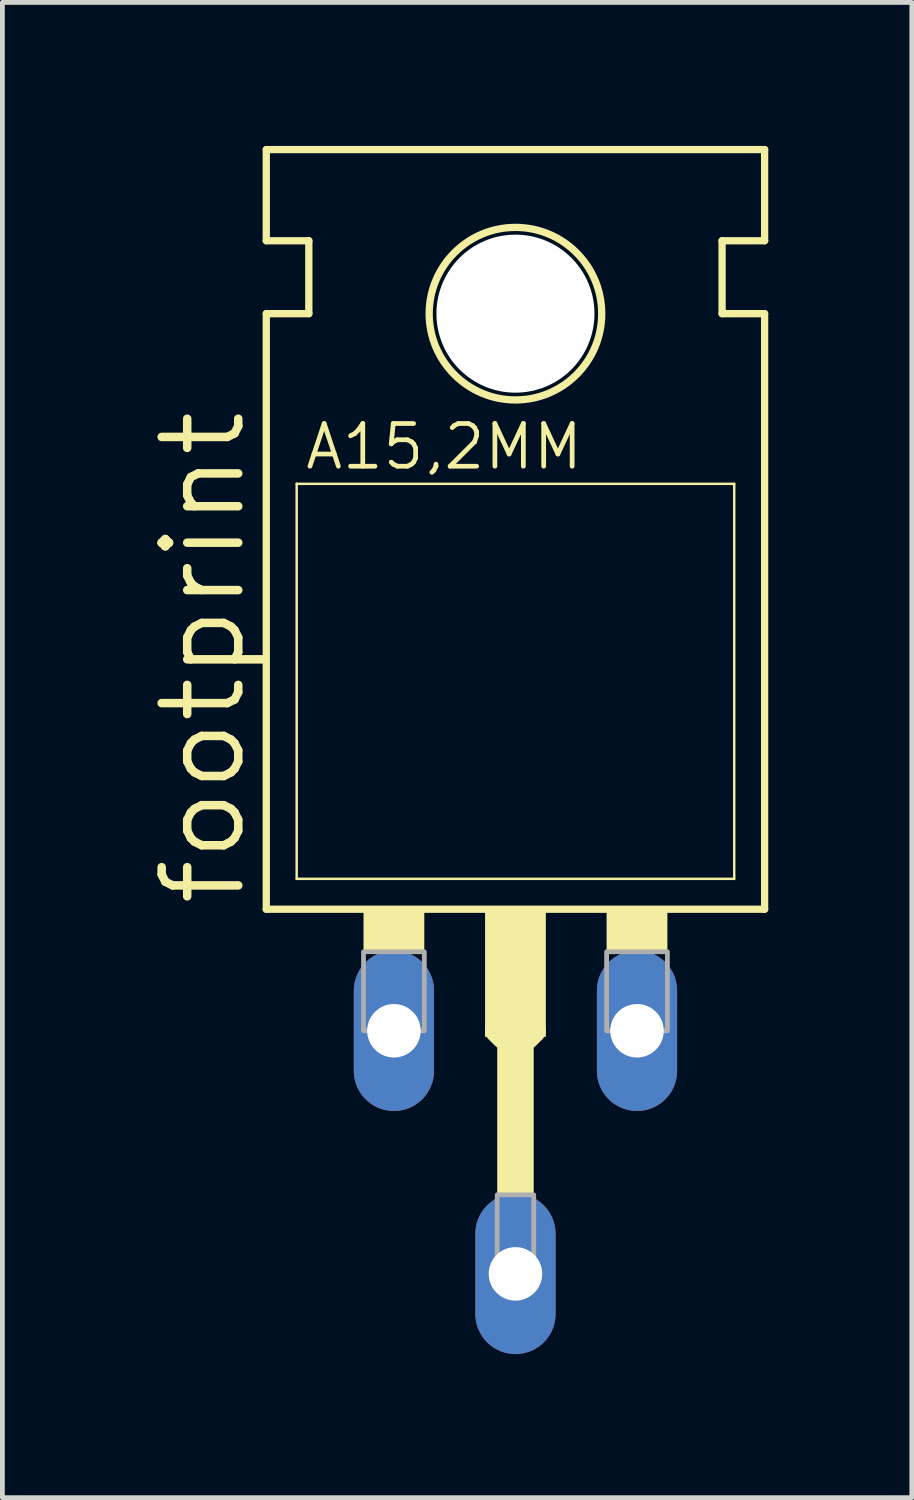
<source format=kicad_pcb>
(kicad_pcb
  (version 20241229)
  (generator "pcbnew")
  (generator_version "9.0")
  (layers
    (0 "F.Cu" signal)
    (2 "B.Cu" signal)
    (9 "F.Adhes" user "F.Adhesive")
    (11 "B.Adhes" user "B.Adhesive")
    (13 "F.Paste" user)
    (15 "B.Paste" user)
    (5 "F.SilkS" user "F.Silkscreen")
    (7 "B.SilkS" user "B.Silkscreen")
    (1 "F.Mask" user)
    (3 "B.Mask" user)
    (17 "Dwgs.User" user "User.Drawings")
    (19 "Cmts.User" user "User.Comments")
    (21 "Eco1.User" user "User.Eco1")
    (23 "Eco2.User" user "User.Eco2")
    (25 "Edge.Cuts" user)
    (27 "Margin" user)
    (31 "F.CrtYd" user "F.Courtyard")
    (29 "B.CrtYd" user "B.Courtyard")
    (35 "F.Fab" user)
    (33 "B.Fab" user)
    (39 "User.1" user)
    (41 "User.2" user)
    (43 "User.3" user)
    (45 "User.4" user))
  (footprint "footprint"
    (layer "F.Cu")
    (at 7.722 14.681)
    (property "Reference" "footprint" (at -5.588 1.27 90) (layer "F.SilkS") (effects (font (size 1.6 1.6) (thickness 0.178)) (justify left bottom)))
    (fp_line (start -5.207 -12.7) (end -5.207 -14.605) (stroke (width 0.152) (type solid)) (layer "F.SilkS"))
    (fp_line (start -5.207 -11.176) (end -4.318 -11.176) (stroke (width 0.152) (type solid)) (layer "F.SilkS"))
    (fp_line (start -5.207 1.27) (end -5.207 -11.176) (stroke (width 0.152) (type solid)) (layer "F.SilkS"))
    (fp_line (start -5.207 1.27) (end 5.207 1.27) (stroke (width 0.152) (type solid)) (layer "F.SilkS"))
    (fp_line (start -4.572 0.635) (end -4.572 -7.62) (stroke (width 0.051) (type solid)) (layer "F.SilkS"))
    (fp_line (start -4.572 0.635) (end 4.572 0.635) (stroke (width 0.051) (type solid)) (layer "F.SilkS"))
    (fp_line (start -4.318 -12.7) (end -5.207 -12.7) (stroke (width 0.152) (type solid)) (layer "F.SilkS"))
    (fp_line (start -4.318 -11.176) (end -4.318 -12.7) (stroke (width 0.152) (type solid)) (layer "F.SilkS"))
    (fp_line (start -0.381 3.81) (end -0.254 3.937) (stroke (width 0.508) (type solid)) (layer "F.SilkS"))
    (fp_line (start 0.381 3.81) (end 0.254 3.937) (stroke (width 0.508) (type solid)) (layer "F.SilkS"))
    (fp_line (start 4.318 -12.7) (end 5.207 -12.7) (stroke (width 0.152) (type solid)) (layer "F.SilkS"))
    (fp_line (start 4.318 -11.176) (end 4.318 -12.7) (stroke (width 0.152) (type solid)) (layer "F.SilkS"))
    (fp_line (start 4.572 -7.62) (end -4.572 -7.62) (stroke (width 0.051) (type solid)) (layer "F.SilkS"))
    (fp_line (start 4.572 -7.62) (end 4.572 0.635) (stroke (width 0.051) (type solid)) (layer "F.SilkS"))
    (fp_line (start 5.207 -14.605) (end -5.207 -14.605) (stroke (width 0.152) (type solid)) (layer "F.SilkS"))
    (fp_line (start 5.207 -12.7) (end 5.207 -14.605) (stroke (width 0.152) (type solid)) (layer "F.SilkS"))
    (fp_line (start 5.207 -11.176) (end 4.318 -11.176) (stroke (width 0.152) (type solid)) (layer "F.SilkS"))
    (fp_line (start 5.207 1.27) (end 5.207 -11.176) (stroke (width 0.152) (type solid)) (layer "F.SilkS"))
    (fp_circle (center 0 -11.176) (end 1.803 -11.176) (stroke (width 0.152) (type solid)) (fill no) (layer "F.SilkS"))
    (fp_poly (pts (xy -3.175 2.159) (xy -1.905 2.159) (xy -1.905 1.27) (xy -3.175 1.27)) (stroke (width 0) (type solid)) (fill yes) (layer "F.SilkS"))
    (fp_poly (pts (xy -0.635 3.937) (xy 0.635 3.937) (xy 0.635 1.27) (xy -0.635 1.27)) (stroke (width 0) (type solid)) (fill yes) (layer "F.SilkS"))
    (fp_poly (pts (xy -0.381 7.239) (xy 0.381 7.239) (xy 0.381 3.937) (xy -0.381 3.937)) (stroke (width 0) (type solid)) (fill yes) (layer "F.SilkS"))
    (fp_poly (pts (xy 1.905 2.159) (xy 3.175 2.159) (xy 3.175 1.27) (xy 1.905 1.27)) (stroke (width 0) (type solid)) (fill yes) (layer "F.SilkS"))
    (fp_poly (pts (xy -3.175 3.81) (xy -1.905 3.81) (xy -1.905 2.159) (xy -3.175 2.159)) (stroke (width 0.1) (type solid)) (fill no) (layer "F.Fab"))
    (fp_poly (pts (xy -0.381 8.89) (xy 0.381 8.89) (xy 0.381 7.239) (xy -0.381 7.239)) (stroke (width 0.1) (type solid)) (fill no) (layer "F.Fab"))
    (fp_poly (pts (xy 1.905 3.81) (xy 3.175 3.81) (xy 3.175 2.159) (xy 1.905 2.159)) (stroke (width 0.1) (type solid)) (fill no) (layer "F.Fab"))
    (fp_text user "A15,2MM" (at -4.445 -7.874 0) (layer "F.SilkS") (effects (font (size 0.892 0.892) (thickness 0.099)) (justify left bottom)))
    (pad "" np_thru_hole circle (at 0 -11.176) (size 3.302 3.302) (drill 3.302) (layers "*.Cu" "*.Mask"))
    (pad "A1" thru_hole oval (at -2.54 3.81 90) (size 3.353 1.676) (drill 1.118) (layers "*.Cu" "*.Mask"))
    (pad "A2" thru_hole oval (at 2.54 3.81 90) (size 3.353 1.676) (drill 1.118) (layers "*.Cu" "*.Mask"))
    (pad "C" thru_hole oval (at 0 8.89 90) (size 3.353 1.676) (drill 1.118) (layers "*.Cu" "*.Mask"))
    (zone (net_name "") (layers "F.Cu" "B.Cu") (hatch edge 0.508) (connect_pads) (min_thickness 0.254) (filled_areas_thickness no) (keepout (tracks allowed) (vias not_allowed) (pads allowed) (copperpour allowed) (footprints allowed)) (placement (enabled no)) (fill) (polygon (pts (xy 10.643 3.505) (xy 10.598 2.998) (xy 10.466 2.506) (xy 10.251 2.045) (xy 9.959 1.628) (xy 9.599 1.268) (xy 9.182 0.976) (xy 8.721 0.76) (xy 8.229 0.629) (xy 7.722 0.584) (xy 7.214 0.629) (xy 6.723 0.76) (xy 6.261 0.976) (xy 5.844 1.268) (xy 5.484 1.628) (xy 5.192 2.045) (xy 4.977 2.506) (xy 4.845 2.998) (xy 4.801 3.505) (xy 4.845 4.012) (xy 4.977 4.504) (xy 5.192 4.966) (xy 5.484 5.383) (xy 5.844 5.743) (xy 6.261 6.035) (xy 6.723 6.25) (xy 7.214 6.382) (xy 7.722 6.426) (xy 8.229 6.382) (xy 8.721 6.25) (xy 9.182 6.035) (xy 9.599 5.743) (xy 9.959 5.383) (xy 10.251 4.966) (xy 10.466 4.504) (xy 10.598 4.012))))
    (zone (net_name "") (layer "B.Cu") (hatch edge 0.508) (connect_pads) (min_thickness 0.254) (filled_areas_thickness no) (keepout (tracks not_allowed) (vias not_allowed) (pads not_allowed) (copperpour not_allowed) (footprints allowed)) (placement (enabled no)) (fill) (polygon (pts (xy 10.643 3.505) (xy 10.598 2.998) (xy 10.466 2.506) (xy 10.251 2.045) (xy 9.959 1.628) (xy 9.599 1.268) (xy 9.182 0.976) (xy 8.721 0.76) (xy 8.229 0.629) (xy 7.722 0.584) (xy 7.214 0.629) (xy 6.723 0.76) (xy 6.261 0.976) (xy 5.844 1.268) (xy 5.484 1.628) (xy 5.192 2.045) (xy 4.977 2.506) (xy 4.845 2.998) (xy 4.801 3.505) (xy 4.845 4.012) (xy 4.977 4.504) (xy 5.192 4.966) (xy 5.484 5.383) (xy 5.844 5.743) (xy 6.261 6.035) (xy 6.723 6.25) (xy 7.214 6.382) (xy 7.722 6.426) (xy 8.229 6.382) (xy 8.721 6.25) (xy 9.182 6.035) (xy 9.599 5.743) (xy 9.959 5.383) (xy 10.251 4.966) (xy 10.466 4.504) (xy 10.598 4.012)))))
  (gr_rect
    (start -3 -3)
    (end 16.005 28.248)
    (stroke (width 0.1) (type default))
    (fill no)
    (layer "Edge.Cuts")))
</source>
